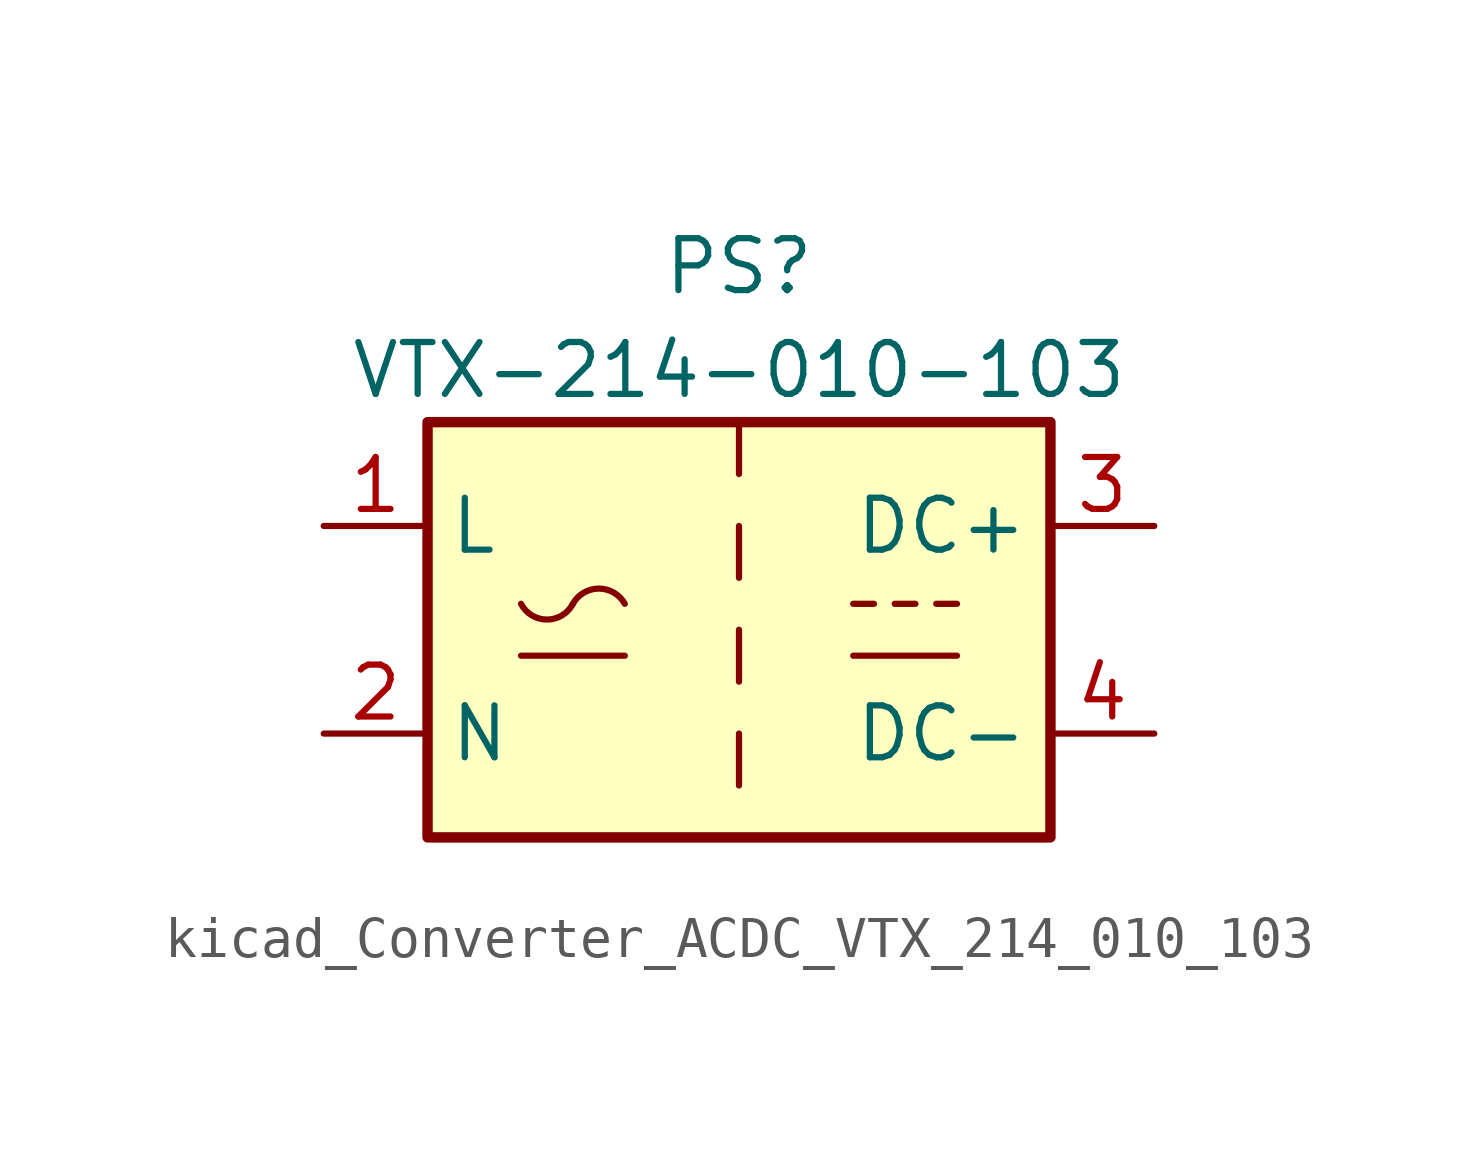
<source format=kicad_sym>
(kicad_symbol_lib
  (version 20220914)
  (generator kicad_symbol_editor)
  (symbol "kicad_Converter_ACDC_VTX_214_010_103"
    (property "Reference" "PS"
      (at 0 8.89 0)
      (effects (font (size 1.27 1.27))))
    (property "Value" "VTX-214-010-103"
      (at 0 6.35 0)
      (effects (font (size 1.27 1.27))))
    (symbol "kicad_Converter_ACDC_VTX_214_010_103_0_1"
      (rectangle (start -7.62 5.08) (end 7.62 -5.08) (stroke (width 0.254) (type default)) (fill (type background)))
      (arc (start -5.334 0.635) (mid -4.699 0.2495) (end -4.064 0.635) (stroke (width 0) (type default)) (fill (type none)))
      (arc (start -2.794 0.635) (mid -3.429 1.0072) (end -4.064 0.635) (stroke (width 0) (type default)) (fill (type none)))
      (polyline (pts (xy -5.334 -0.635) (xy -2.794 -0.635)) (stroke (width 0) (type default)) (fill (type none)))
      (polyline (pts (xy 2.794 -0.635) (xy 5.334 -0.635)) (stroke (width 0) (type default)) (fill (type none)))
      (polyline (pts (xy 2.794 0.635) (xy 3.302 0.635)) (stroke (width 0) (type default)) (fill (type none)))
      (polyline (pts (xy 3.81 0.635) (xy 4.318 0.635)) (stroke (width 0) (type default)) (fill (type none)))
      (polyline (pts (xy 4.826 0.635) (xy 5.334 0.635)) (stroke (width 0) (type default)) (fill (type none))))
    (symbol "kicad_Converter_ACDC_VTX_214_010_103_1_1"
      (polyline (pts (xy 0 -2.54) (xy 0 -3.81)) (stroke (width 0) (type default)) (fill (type none)))
      (polyline (pts (xy 0 0) (xy 0 -1.27)) (stroke (width 0) (type default)) (fill (type none)))
      (polyline (pts (xy 0 2.54) (xy 0 1.27)) (stroke (width 0) (type default)) (fill (type none)))
      (polyline (pts (xy 0 5.08) (xy 0 3.81)) (stroke (width 0) (type default)) (fill (type none)))
      (pin power_in line (at -10.16 2.54 0) (length 2.54) (name "L" (effects (font (size 1.27 1.27)))) (number "1" (effects (font (size 1.27 1.27)))))
      (pin power_in line (at -10.16 -2.54 0) (length 2.54) (name "N" (effects (font (size 1.27 1.27)))) (number "2" (effects (font (size 1.27 1.27)))))
      (pin power_out line (at 10.16 2.54 180) (length 2.54) (name "DC+" (effects (font (size 1.27 1.27)))) (number "3" (effects (font (size 1.27 1.27)))))
      (pin power_out line (at 10.16 -2.54 180) (length 2.54) (name "DC-" (effects (font (size 1.27 1.27)))) (number "4" (effects (font (size 1.27 1.27))))))))
</source>
